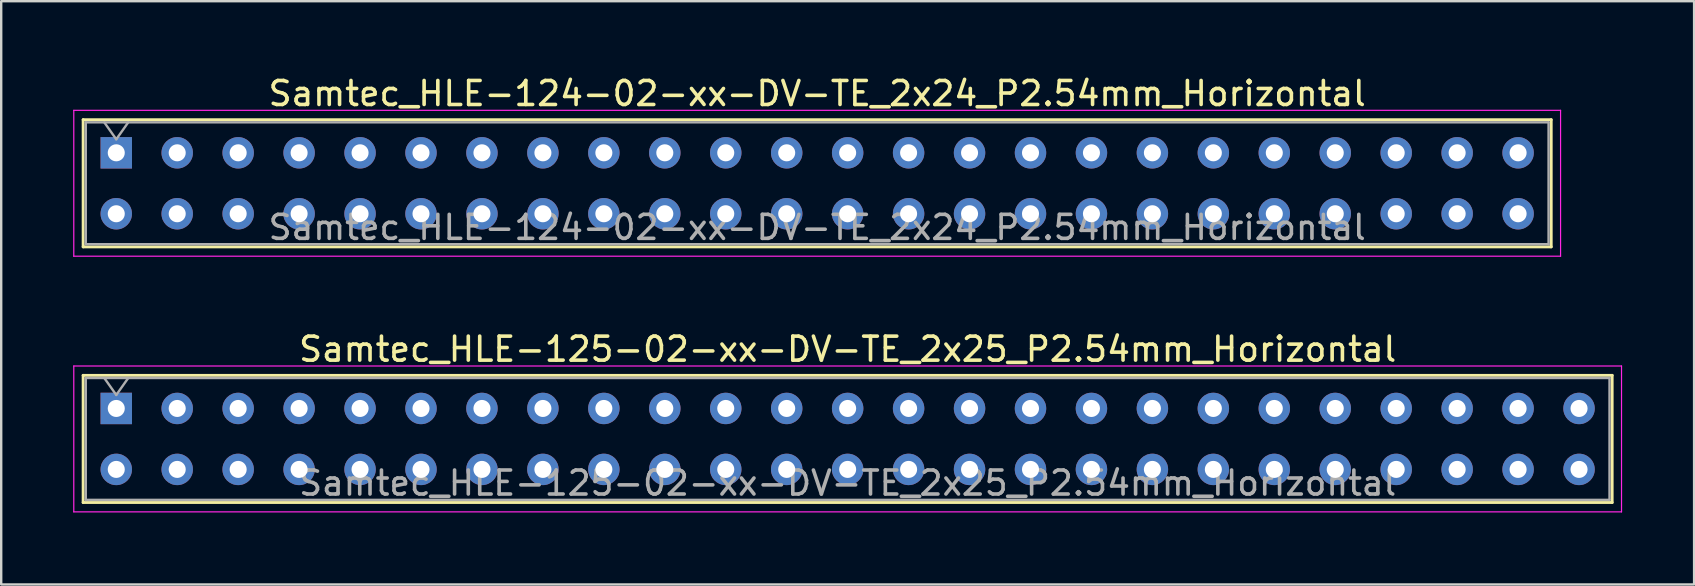
<source format=kicad_pcb>
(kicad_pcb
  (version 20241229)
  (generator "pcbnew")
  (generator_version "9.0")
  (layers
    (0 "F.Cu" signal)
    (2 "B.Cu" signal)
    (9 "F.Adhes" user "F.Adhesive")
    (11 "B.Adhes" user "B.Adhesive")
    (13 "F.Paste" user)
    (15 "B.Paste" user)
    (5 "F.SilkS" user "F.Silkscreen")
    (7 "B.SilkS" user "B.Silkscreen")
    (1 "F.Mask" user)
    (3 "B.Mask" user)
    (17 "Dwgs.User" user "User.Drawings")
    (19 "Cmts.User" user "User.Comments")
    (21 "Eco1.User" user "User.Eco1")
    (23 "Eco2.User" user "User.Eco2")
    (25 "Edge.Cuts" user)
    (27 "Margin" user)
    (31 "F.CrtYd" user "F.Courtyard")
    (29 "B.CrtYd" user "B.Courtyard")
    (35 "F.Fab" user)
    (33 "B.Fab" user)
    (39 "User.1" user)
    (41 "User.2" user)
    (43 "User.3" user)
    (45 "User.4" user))
  (footprint "Samtec_HLE-124-02-xx-DV-TE_2x24_P2.54mm_Horizontal"
    (layer "F.Cu")
    (at 1.795 3.318)
    (property "Reference" "Samtec_HLE-124-02-xx-DV-TE_2x24_P2.54mm_Horizontal" (at 29.21 -2.47 0) (layer "F.SilkS") (effects (font (size 1 1) (thickness 0.15))))
    (attr through_hole)
    (fp_line (start -1.38 -1.38) (end 59.8 -1.38) (stroke (width 0.12) (type solid)) (layer "F.SilkS"))
    (fp_line (start -1.38 3.92) (end -1.38 -1.38) (stroke (width 0.12) (type solid)) (layer "F.SilkS"))
    (fp_line (start 59.8 -1.38) (end 59.8 3.92) (stroke (width 0.12) (type solid)) (layer "F.SilkS"))
    (fp_line (start 59.8 3.92) (end -1.38 3.92) (stroke (width 0.12) (type solid)) (layer "F.SilkS"))
    (fp_line (start -1.77 -1.77) (end 60.19 -1.77) (stroke (width 0.05) (type solid)) (layer "F.CrtYd"))
    (fp_line (start -1.77 4.31) (end -1.77 -1.77) (stroke (width 0.05) (type solid)) (layer "F.CrtYd"))
    (fp_line (start 60.19 -1.77) (end 60.19 4.31) (stroke (width 0.05) (type solid)) (layer "F.CrtYd"))
    (fp_line (start 60.19 4.31) (end -1.77 4.31) (stroke (width 0.05) (type solid)) (layer "F.CrtYd"))
    (fp_line (start -1.27 -1.27) (end 59.69 -1.27) (stroke (width 0.1) (type solid)) (layer "F.Fab"))
    (fp_line (start -1.27 3.81) (end -1.27 -1.27) (stroke (width 0.1) (type solid)) (layer "F.Fab"))
    (fp_line (start -0.5 -1.27) (end 0 -0.563) (stroke (width 0.1) (type solid)) (layer "F.Fab"))
    (fp_line (start 0 -0.563) (end 0.5 -1.27) (stroke (width 0.1) (type solid)) (layer "F.Fab"))
    (fp_line (start 59.69 -1.27) (end 59.69 3.81) (stroke (width 0.1) (type solid)) (layer "F.Fab"))
    (fp_line (start 59.69 3.81) (end -1.27 3.81) (stroke (width 0.1) (type solid)) (layer "F.Fab"))
    (fp_text user "${REFERENCE}" (at 29.21 3.11 0) (layer "F.Fab") (effects (font (size 1 1) (thickness 0.15))))
    (pad "1" thru_hole rect (at 0 0) (size 1.31 1.31) (drill 0.71) (layers "*.Cu" "*.Mask"))
    (pad "2" thru_hole circle (at 0 2.54) (size 1.31 1.31) (drill 0.71) (layers "*.Cu" "*.Mask"))
    (pad "3" thru_hole circle (at 2.54 0) (size 1.31 1.31) (drill 0.71) (layers "*.Cu" "*.Mask"))
    (pad "4" thru_hole circle (at 2.54 2.54) (size 1.31 1.31) (drill 0.71) (layers "*.Cu" "*.Mask"))
    (pad "5" thru_hole circle (at 5.08 0) (size 1.31 1.31) (drill 0.71) (layers "*.Cu" "*.Mask"))
    (pad "6" thru_hole circle (at 5.08 2.54) (size 1.31 1.31) (drill 0.71) (layers "*.Cu" "*.Mask"))
    (pad "7" thru_hole circle (at 7.62 0) (size 1.31 1.31) (drill 0.71) (layers "*.Cu" "*.Mask"))
    (pad "8" thru_hole circle (at 7.62 2.54) (size 1.31 1.31) (drill 0.71) (layers "*.Cu" "*.Mask"))
    (pad "9" thru_hole circle (at 10.16 0) (size 1.31 1.31) (drill 0.71) (layers "*.Cu" "*.Mask"))
    (pad "10" thru_hole circle (at 10.16 2.54) (size 1.31 1.31) (drill 0.71) (layers "*.Cu" "*.Mask"))
    (pad "11" thru_hole circle (at 12.7 0) (size 1.31 1.31) (drill 0.71) (layers "*.Cu" "*.Mask"))
    (pad "12" thru_hole circle (at 12.7 2.54) (size 1.31 1.31) (drill 0.71) (layers "*.Cu" "*.Mask"))
    (pad "13" thru_hole circle (at 15.24 0) (size 1.31 1.31) (drill 0.71) (layers "*.Cu" "*.Mask"))
    (pad "14" thru_hole circle (at 15.24 2.54) (size 1.31 1.31) (drill 0.71) (layers "*.Cu" "*.Mask"))
    (pad "15" thru_hole circle (at 17.78 0) (size 1.31 1.31) (drill 0.71) (layers "*.Cu" "*.Mask"))
    (pad "16" thru_hole circle (at 17.78 2.54) (size 1.31 1.31) (drill 0.71) (layers "*.Cu" "*.Mask"))
    (pad "17" thru_hole circle (at 20.32 0) (size 1.31 1.31) (drill 0.71) (layers "*.Cu" "*.Mask"))
    (pad "18" thru_hole circle (at 20.32 2.54) (size 1.31 1.31) (drill 0.71) (layers "*.Cu" "*.Mask"))
    (pad "19" thru_hole circle (at 22.86 0) (size 1.31 1.31) (drill 0.71) (layers "*.Cu" "*.Mask"))
    (pad "20" thru_hole circle (at 22.86 2.54) (size 1.31 1.31) (drill 0.71) (layers "*.Cu" "*.Mask"))
    (pad "21" thru_hole circle (at 25.4 0) (size 1.31 1.31) (drill 0.71) (layers "*.Cu" "*.Mask"))
    (pad "22" thru_hole circle (at 25.4 2.54) (size 1.31 1.31) (drill 0.71) (layers "*.Cu" "*.Mask"))
    (pad "23" thru_hole circle (at 27.94 0) (size 1.31 1.31) (drill 0.71) (layers "*.Cu" "*.Mask"))
    (pad "24" thru_hole circle (at 27.94 2.54) (size 1.31 1.31) (drill 0.71) (layers "*.Cu" "*.Mask"))
    (pad "25" thru_hole circle (at 30.48 0) (size 1.31 1.31) (drill 0.71) (layers "*.Cu" "*.Mask"))
    (pad "26" thru_hole circle (at 30.48 2.54) (size 1.31 1.31) (drill 0.71) (layers "*.Cu" "*.Mask"))
    (pad "27" thru_hole circle (at 33.02 0) (size 1.31 1.31) (drill 0.71) (layers "*.Cu" "*.Mask"))
    (pad "28" thru_hole circle (at 33.02 2.54) (size 1.31 1.31) (drill 0.71) (layers "*.Cu" "*.Mask"))
    (pad "29" thru_hole circle (at 35.56 0) (size 1.31 1.31) (drill 0.71) (layers "*.Cu" "*.Mask"))
    (pad "30" thru_hole circle (at 35.56 2.54) (size 1.31 1.31) (drill 0.71) (layers "*.Cu" "*.Mask"))
    (pad "31" thru_hole circle (at 38.1 0) (size 1.31 1.31) (drill 0.71) (layers "*.Cu" "*.Mask"))
    (pad "32" thru_hole circle (at 38.1 2.54) (size 1.31 1.31) (drill 0.71) (layers "*.Cu" "*.Mask"))
    (pad "33" thru_hole circle (at 40.64 0) (size 1.31 1.31) (drill 0.71) (layers "*.Cu" "*.Mask"))
    (pad "34" thru_hole circle (at 40.64 2.54) (size 1.31 1.31) (drill 0.71) (layers "*.Cu" "*.Mask"))
    (pad "35" thru_hole circle (at 43.18 0) (size 1.31 1.31) (drill 0.71) (layers "*.Cu" "*.Mask"))
    (pad "36" thru_hole circle (at 43.18 2.54) (size 1.31 1.31) (drill 0.71) (layers "*.Cu" "*.Mask"))
    (pad "37" thru_hole circle (at 45.72 0) (size 1.31 1.31) (drill 0.71) (layers "*.Cu" "*.Mask"))
    (pad "38" thru_hole circle (at 45.72 2.54) (size 1.31 1.31) (drill 0.71) (layers "*.Cu" "*.Mask"))
    (pad "39" thru_hole circle (at 48.26 0) (size 1.31 1.31) (drill 0.71) (layers "*.Cu" "*.Mask"))
    (pad "40" thru_hole circle (at 48.26 2.54) (size 1.31 1.31) (drill 0.71) (layers "*.Cu" "*.Mask"))
    (pad "41" thru_hole circle (at 50.8 0) (size 1.31 1.31) (drill 0.71) (layers "*.Cu" "*.Mask"))
    (pad "42" thru_hole circle (at 50.8 2.54) (size 1.31 1.31) (drill 0.71) (layers "*.Cu" "*.Mask"))
    (pad "43" thru_hole circle (at 53.34 0) (size 1.31 1.31) (drill 0.71) (layers "*.Cu" "*.Mask"))
    (pad "44" thru_hole circle (at 53.34 2.54) (size 1.31 1.31) (drill 0.71) (layers "*.Cu" "*.Mask"))
    (pad "45" thru_hole circle (at 55.88 0) (size 1.31 1.31) (drill 0.71) (layers "*.Cu" "*.Mask"))
    (pad "46" thru_hole circle (at 55.88 2.54) (size 1.31 1.31) (drill 0.71) (layers "*.Cu" "*.Mask"))
    (pad "47" thru_hole circle (at 58.42 0) (size 1.31 1.31) (drill 0.71) (layers "*.Cu" "*.Mask"))
    (pad "48" thru_hole circle (at 58.42 2.54) (size 1.31 1.31) (drill 0.71) (layers "*.Cu" "*.Mask")))
  (footprint "Samtec_HLE-125-02-xx-DV-TE_2x25_P2.54mm_Horizontal"
    (layer "F.Cu")
    (at 1.795 13.972)
    (property "Reference" "Samtec_HLE-125-02-xx-DV-TE_2x25_P2.54mm_Horizontal" (at 30.48 -2.47 0) (layer "F.SilkS") (effects (font (size 1 1) (thickness 0.15))))
    (attr through_hole)
    (fp_line (start -1.38 -1.38) (end 62.34 -1.38) (stroke (width 0.12) (type solid)) (layer "F.SilkS"))
    (fp_line (start -1.38 3.92) (end -1.38 -1.38) (stroke (width 0.12) (type solid)) (layer "F.SilkS"))
    (fp_line (start 62.34 -1.38) (end 62.34 3.92) (stroke (width 0.12) (type solid)) (layer "F.SilkS"))
    (fp_line (start 62.34 3.92) (end -1.38 3.92) (stroke (width 0.12) (type solid)) (layer "F.SilkS"))
    (fp_line (start -1.77 -1.77) (end 62.73 -1.77) (stroke (width 0.05) (type solid)) (layer "F.CrtYd"))
    (fp_line (start -1.77 4.31) (end -1.77 -1.77) (stroke (width 0.05) (type solid)) (layer "F.CrtYd"))
    (fp_line (start 62.73 -1.77) (end 62.73 4.31) (stroke (width 0.05) (type solid)) (layer "F.CrtYd"))
    (fp_line (start 62.73 4.31) (end -1.77 4.31) (stroke (width 0.05) (type solid)) (layer "F.CrtYd"))
    (fp_line (start -1.27 -1.27) (end 62.23 -1.27) (stroke (width 0.1) (type solid)) (layer "F.Fab"))
    (fp_line (start -1.27 3.81) (end -1.27 -1.27) (stroke (width 0.1) (type solid)) (layer "F.Fab"))
    (fp_line (start -0.5 -1.27) (end 0 -0.563) (stroke (width 0.1) (type solid)) (layer "F.Fab"))
    (fp_line (start 0 -0.563) (end 0.5 -1.27) (stroke (width 0.1) (type solid)) (layer "F.Fab"))
    (fp_line (start 62.23 -1.27) (end 62.23 3.81) (stroke (width 0.1) (type solid)) (layer "F.Fab"))
    (fp_line (start 62.23 3.81) (end -1.27 3.81) (stroke (width 0.1) (type solid)) (layer "F.Fab"))
    (fp_text user "${REFERENCE}" (at 30.48 3.11 0) (layer "F.Fab") (effects (font (size 1 1) (thickness 0.15))))
    (pad "1" thru_hole rect (at 0 0) (size 1.31 1.31) (drill 0.71) (layers "*.Cu" "*.Mask"))
    (pad "2" thru_hole circle (at 0 2.54) (size 1.31 1.31) (drill 0.71) (layers "*.Cu" "*.Mask"))
    (pad "3" thru_hole circle (at 2.54 0) (size 1.31 1.31) (drill 0.71) (layers "*.Cu" "*.Mask"))
    (pad "4" thru_hole circle (at 2.54 2.54) (size 1.31 1.31) (drill 0.71) (layers "*.Cu" "*.Mask"))
    (pad "5" thru_hole circle (at 5.08 0) (size 1.31 1.31) (drill 0.71) (layers "*.Cu" "*.Mask"))
    (pad "6" thru_hole circle (at 5.08 2.54) (size 1.31 1.31) (drill 0.71) (layers "*.Cu" "*.Mask"))
    (pad "7" thru_hole circle (at 7.62 0) (size 1.31 1.31) (drill 0.71) (layers "*.Cu" "*.Mask"))
    (pad "8" thru_hole circle (at 7.62 2.54) (size 1.31 1.31) (drill 0.71) (layers "*.Cu" "*.Mask"))
    (pad "9" thru_hole circle (at 10.16 0) (size 1.31 1.31) (drill 0.71) (layers "*.Cu" "*.Mask"))
    (pad "10" thru_hole circle (at 10.16 2.54) (size 1.31 1.31) (drill 0.71) (layers "*.Cu" "*.Mask"))
    (pad "11" thru_hole circle (at 12.7 0) (size 1.31 1.31) (drill 0.71) (layers "*.Cu" "*.Mask"))
    (pad "12" thru_hole circle (at 12.7 2.54) (size 1.31 1.31) (drill 0.71) (layers "*.Cu" "*.Mask"))
    (pad "13" thru_hole circle (at 15.24 0) (size 1.31 1.31) (drill 0.71) (layers "*.Cu" "*.Mask"))
    (pad "14" thru_hole circle (at 15.24 2.54) (size 1.31 1.31) (drill 0.71) (layers "*.Cu" "*.Mask"))
    (pad "15" thru_hole circle (at 17.78 0) (size 1.31 1.31) (drill 0.71) (layers "*.Cu" "*.Mask"))
    (pad "16" thru_hole circle (at 17.78 2.54) (size 1.31 1.31) (drill 0.71) (layers "*.Cu" "*.Mask"))
    (pad "17" thru_hole circle (at 20.32 0) (size 1.31 1.31) (drill 0.71) (layers "*.Cu" "*.Mask"))
    (pad "18" thru_hole circle (at 20.32 2.54) (size 1.31 1.31) (drill 0.71) (layers "*.Cu" "*.Mask"))
    (pad "19" thru_hole circle (at 22.86 0) (size 1.31 1.31) (drill 0.71) (layers "*.Cu" "*.Mask"))
    (pad "20" thru_hole circle (at 22.86 2.54) (size 1.31 1.31) (drill 0.71) (layers "*.Cu" "*.Mask"))
    (pad "21" thru_hole circle (at 25.4 0) (size 1.31 1.31) (drill 0.71) (layers "*.Cu" "*.Mask"))
    (pad "22" thru_hole circle (at 25.4 2.54) (size 1.31 1.31) (drill 0.71) (layers "*.Cu" "*.Mask"))
    (pad "23" thru_hole circle (at 27.94 0) (size 1.31 1.31) (drill 0.71) (layers "*.Cu" "*.Mask"))
    (pad "24" thru_hole circle (at 27.94 2.54) (size 1.31 1.31) (drill 0.71) (layers "*.Cu" "*.Mask"))
    (pad "25" thru_hole circle (at 30.48 0) (size 1.31 1.31) (drill 0.71) (layers "*.Cu" "*.Mask"))
    (pad "26" thru_hole circle (at 30.48 2.54) (size 1.31 1.31) (drill 0.71) (layers "*.Cu" "*.Mask"))
    (pad "27" thru_hole circle (at 33.02 0) (size 1.31 1.31) (drill 0.71) (layers "*.Cu" "*.Mask"))
    (pad "28" thru_hole circle (at 33.02 2.54) (size 1.31 1.31) (drill 0.71) (layers "*.Cu" "*.Mask"))
    (pad "29" thru_hole circle (at 35.56 0) (size 1.31 1.31) (drill 0.71) (layers "*.Cu" "*.Mask"))
    (pad "30" thru_hole circle (at 35.56 2.54) (size 1.31 1.31) (drill 0.71) (layers "*.Cu" "*.Mask"))
    (pad "31" thru_hole circle (at 38.1 0) (size 1.31 1.31) (drill 0.71) (layers "*.Cu" "*.Mask"))
    (pad "32" thru_hole circle (at 38.1 2.54) (size 1.31 1.31) (drill 0.71) (layers "*.Cu" "*.Mask"))
    (pad "33" thru_hole circle (at 40.64 0) (size 1.31 1.31) (drill 0.71) (layers "*.Cu" "*.Mask"))
    (pad "34" thru_hole circle (at 40.64 2.54) (size 1.31 1.31) (drill 0.71) (layers "*.Cu" "*.Mask"))
    (pad "35" thru_hole circle (at 43.18 0) (size 1.31 1.31) (drill 0.71) (layers "*.Cu" "*.Mask"))
    (pad "36" thru_hole circle (at 43.18 2.54) (size 1.31 1.31) (drill 0.71) (layers "*.Cu" "*.Mask"))
    (pad "37" thru_hole circle (at 45.72 0) (size 1.31 1.31) (drill 0.71) (layers "*.Cu" "*.Mask"))
    (pad "38" thru_hole circle (at 45.72 2.54) (size 1.31 1.31) (drill 0.71) (layers "*.Cu" "*.Mask"))
    (pad "39" thru_hole circle (at 48.26 0) (size 1.31 1.31) (drill 0.71) (layers "*.Cu" "*.Mask"))
    (pad "40" thru_hole circle (at 48.26 2.54) (size 1.31 1.31) (drill 0.71) (layers "*.Cu" "*.Mask"))
    (pad "41" thru_hole circle (at 50.8 0) (size 1.31 1.31) (drill 0.71) (layers "*.Cu" "*.Mask"))
    (pad "42" thru_hole circle (at 50.8 2.54) (size 1.31 1.31) (drill 0.71) (layers "*.Cu" "*.Mask"))
    (pad "43" thru_hole circle (at 53.34 0) (size 1.31 1.31) (drill 0.71) (layers "*.Cu" "*.Mask"))
    (pad "44" thru_hole circle (at 53.34 2.54) (size 1.31 1.31) (drill 0.71) (layers "*.Cu" "*.Mask"))
    (pad "45" thru_hole circle (at 55.88 0) (size 1.31 1.31) (drill 0.71) (layers "*.Cu" "*.Mask"))
    (pad "46" thru_hole circle (at 55.88 2.54) (size 1.31 1.31) (drill 0.71) (layers "*.Cu" "*.Mask"))
    (pad "47" thru_hole circle (at 58.42 0) (size 1.31 1.31) (drill 0.71) (layers "*.Cu" "*.Mask"))
    (pad "48" thru_hole circle (at 58.42 2.54) (size 1.31 1.31) (drill 0.71) (layers "*.Cu" "*.Mask"))
    (pad "49" thru_hole circle (at 60.96 0) (size 1.31 1.31) (drill 0.71) (layers "*.Cu" "*.Mask"))
    (pad "50" thru_hole circle (at 60.96 2.54) (size 1.31 1.31) (drill 0.71) (layers "*.Cu" "*.Mask")))
  (gr_rect
    (start -3 -3)
    (end 67.55 21.306)
    (stroke (width 0.1) (type default))
    (fill no)
    (layer "Edge.Cuts")))
</source>
